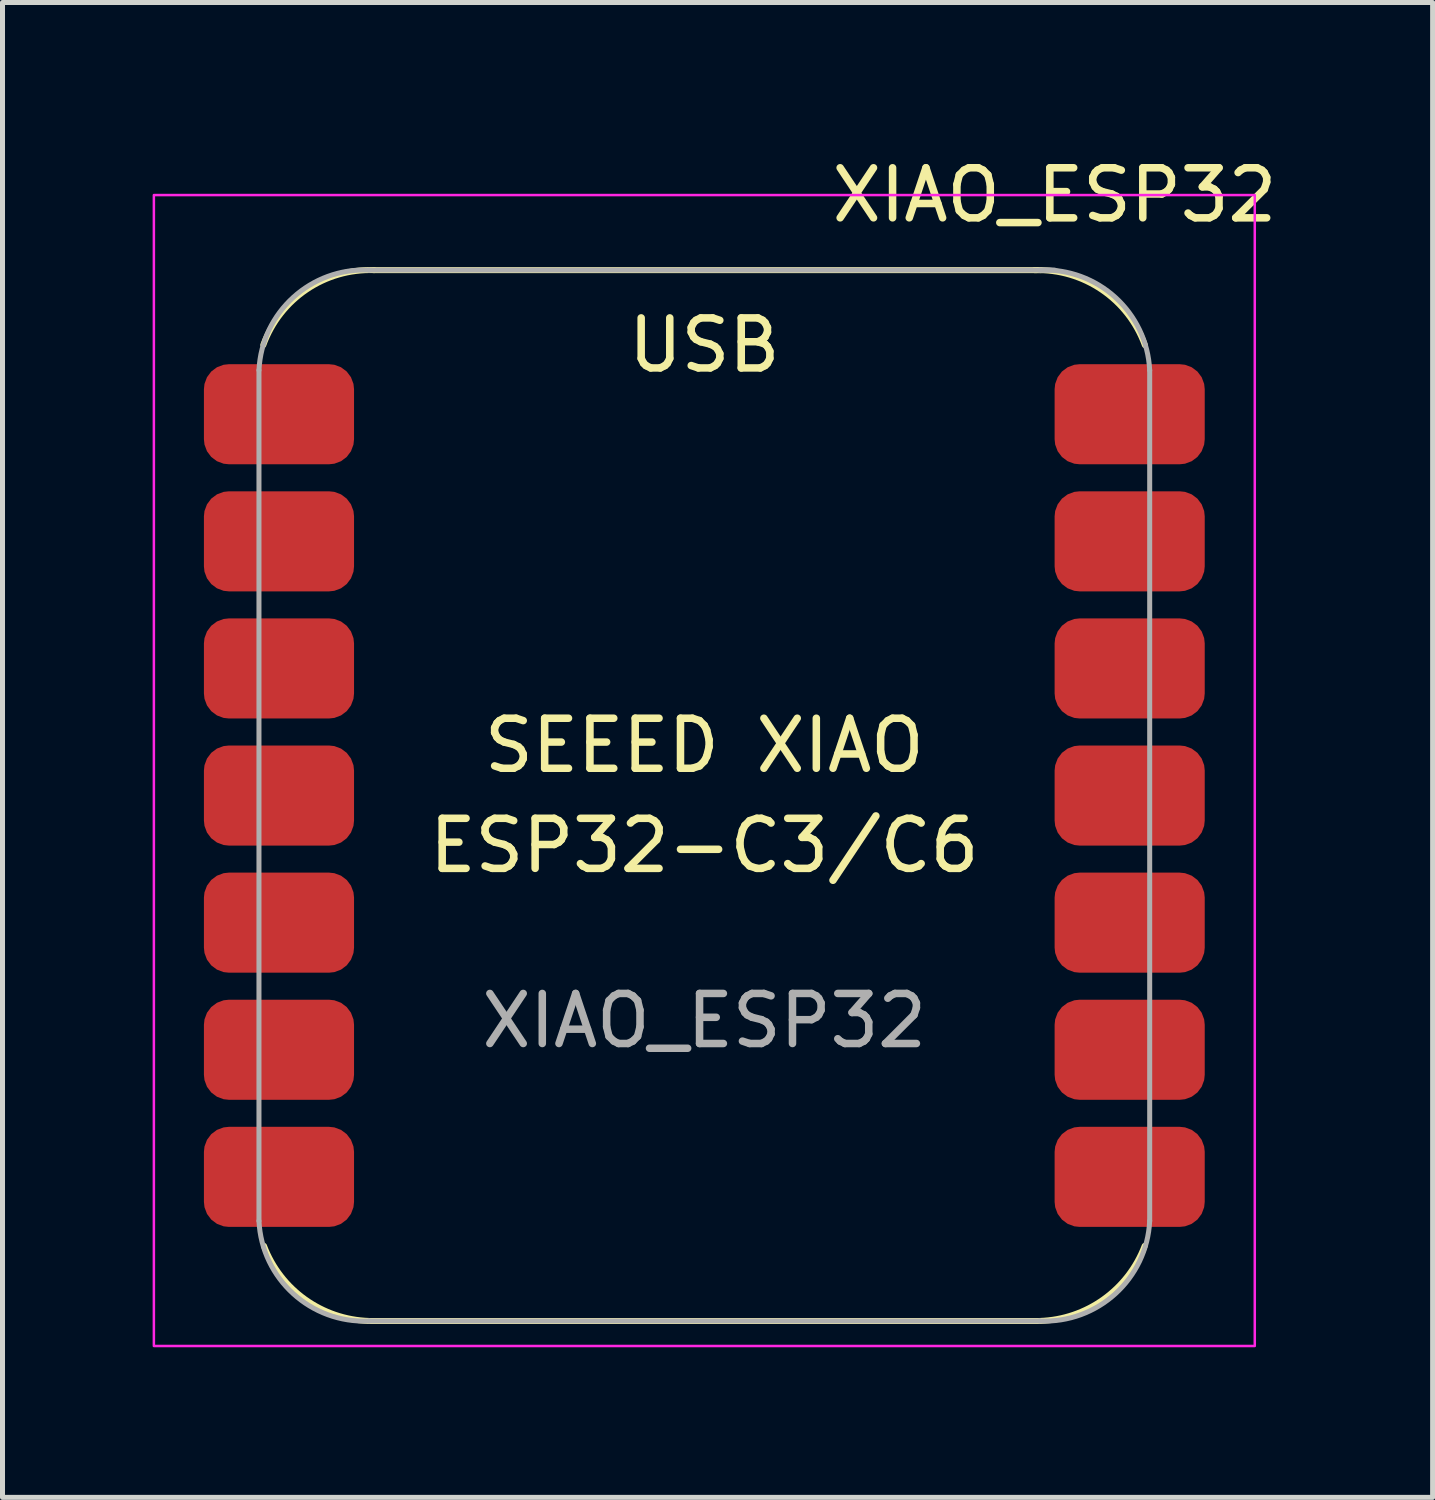
<source format=kicad_pcb>
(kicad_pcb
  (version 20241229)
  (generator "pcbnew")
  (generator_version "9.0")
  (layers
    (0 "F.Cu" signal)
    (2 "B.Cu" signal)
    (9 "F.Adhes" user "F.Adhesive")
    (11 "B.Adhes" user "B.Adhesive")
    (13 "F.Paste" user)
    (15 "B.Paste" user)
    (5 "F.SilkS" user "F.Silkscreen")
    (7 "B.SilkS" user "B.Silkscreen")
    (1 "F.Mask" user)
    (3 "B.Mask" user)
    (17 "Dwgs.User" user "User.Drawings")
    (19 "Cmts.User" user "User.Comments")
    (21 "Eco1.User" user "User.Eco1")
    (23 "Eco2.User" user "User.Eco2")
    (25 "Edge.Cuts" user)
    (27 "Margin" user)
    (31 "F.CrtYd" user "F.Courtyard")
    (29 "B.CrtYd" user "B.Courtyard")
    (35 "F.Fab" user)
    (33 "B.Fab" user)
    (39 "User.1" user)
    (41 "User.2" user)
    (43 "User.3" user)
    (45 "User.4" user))
  (footprint "XIAO_ESP32"
    (layer "F.Cu")
    (at 11.025 12.848)
    (property "Reference" "XIAO_ESP32" (at 7 -12 0) (unlocked yes) (layer "F.SilkS") (effects (font (size 1 1) (thickness 0.15))))
    (attr smd)
    (fp_line (start -6.7 10.5) (end 6.7 10.5) (stroke (width 0.12) (type default)) (layer "F.SilkS"))
    (fp_line (start 6.729 -10.5) (end -6.6 -10.5) (stroke (width 0.12) (type default)) (layer "F.SilkS"))
    (fp_arc (start -8.812892 -9.00468) (mid -7.949609 -10.111769) (end -6.600468 -10.499999) (stroke (width 0.12) (type default)) (layer "F.SilkS"))
    (fp_arc (start -6.7 10.5) (mid -7.977232 10.068125) (end -8.8 9) (stroke (width 0.12) (type default)) (layer "F.SilkS"))
    (fp_arc (start 6.6 -10.499999) (mid 7.944325 -10.107116) (end 8.804034 -9.001464) (stroke (width 0.12) (type default)) (layer "F.SilkS"))
    (fp_arc (start 8.8 9) (mid 7.977232 10.068125) (end 6.7 10.5) (stroke (width 0.12) (type default)) (layer "F.SilkS"))
    (fp_rect (start -11 -12) (end 11 11) (stroke (width 0.05) (type default)) (fill no) (layer "F.CrtYd"))
    (fp_line (start -8.9 8.5) (end -8.9 -8.5) (stroke (width 0.1) (type default)) (layer "F.Fab"))
    (fp_line (start -6.7 -10.5) (end 7 -10.5) (stroke (width 0.1) (type default)) (layer "F.Fab"))
    (fp_line (start 6.7 10.5) (end -6.7 10.5) (stroke (width 0.1) (type default)) (layer "F.Fab"))
    (fp_line (start 8.9 -8.5) (end 8.9 8.5) (stroke (width 0.1) (type default)) (layer "F.Fab"))
    (fp_arc (start -8.9 -8.5) (mid -8.214214 -9.955635) (end -6.7 -10.5) (stroke (width 0.1) (type default)) (layer "F.Fab"))
    (fp_arc (start -6.7 10.5) (mid -8.214214 9.955635) (end -8.9 8.5) (stroke (width 0.1) (type default)) (layer "F.Fab"))
    (fp_arc (start 6.7 -10.499999) (mid 8.214695 -9.954472) (end 8.9 -8.497676) (stroke (width 0.1) (type default)) (layer "F.Fab"))
    (fp_arc (start 8.9 8.5) (mid 8.214214 9.955635) (end 6.7 10.5) (stroke (width 0.1) (type default)) (layer "F.Fab"))
    (fp_text user "ESP32-C3/C6" (at 0 1 0) (unlocked yes) (layer "F.SilkS") (effects (font (size 1 1) (thickness 0.15))))
    (fp_text user "USB" (at 0 -9 0) (unlocked yes) (layer "F.SilkS") (effects (font (size 1 1) (thickness 0.15))))
    (fp_text user "SEEED XIAO" (at 0 -1 0) (unlocked yes) (layer "F.SilkS") (effects (font (size 1 1) (thickness 0.15))))
    (fp_text user "${REFERENCE}" (at 0 4.5 0) (unlocked yes) (layer "F.Fab") (effects (font (size 1 1) (thickness 0.15))))
    (pad "1" smd roundrect (at -8.5 -7.62) (size 3 2) (layers "F.Cu" "F.Mask") (roundrect_rratio 0.25))
    (pad "2" smd roundrect (at -8.5 -5.08) (size 3 2) (layers "F.Cu" "F.Mask") (roundrect_rratio 0.25))
    (pad "3" smd roundrect (at -8.5 -2.54) (size 3 2) (layers "F.Cu" "F.Mask") (roundrect_rratio 0.25))
    (pad "4" smd roundrect (at -8.5 0) (size 3 2) (layers "F.Cu" "F.Mask") (roundrect_rratio 0.25))
    (pad "5" smd roundrect (at -8.5 2.54) (size 3 2) (layers "F.Cu" "F.Mask") (roundrect_rratio 0.25))
    (pad "6" smd roundrect (at -8.5 5.08) (size 3 2) (layers "F.Cu" "F.Mask") (roundrect_rratio 0.25))
    (pad "7" smd roundrect (at -8.5 7.62) (size 3 2) (layers "F.Cu" "F.Mask") (roundrect_rratio 0.25))
    (pad "8" smd roundrect (at 8.5 7.62) (size 3 2) (layers "F.Cu" "F.Mask") (roundrect_rratio 0.25))
    (pad "9" smd roundrect (at 8.5 5.08) (size 3 2) (layers "F.Cu" "F.Mask") (roundrect_rratio 0.25))
    (pad "10" smd roundrect (at 8.5 2.54) (size 3 2) (layers "F.Cu" "F.Mask") (roundrect_rratio 0.25))
    (pad "11" smd roundrect (at 8.5 0) (size 3 2) (layers "F.Cu" "F.Mask") (roundrect_rratio 0.25))
    (pad "12" smd roundrect (at 8.5 -2.54) (size 3 2) (layers "F.Cu" "F.Mask") (roundrect_rratio 0.25))
    (pad "13" smd roundrect (at 8.5 -5.08) (size 3 2) (layers "F.Cu" "F.Mask") (roundrect_rratio 0.25))
    (pad "14" smd roundrect (at 8.5 -7.62) (size 3 2) (layers "F.Cu" "F.Mask") (roundrect_rratio 0.25))
    (zone (net_name "") (layers "F.Cu" "B.Cu") (hatch edge 0.5) (connect_pads) (min_thickness 0.25) (filled_areas_thickness no) (keepout (tracks allowed) (vias not_allowed) (pads not_allowed) (copperpour allowed) (footprints allowed)) (placement (enabled no)) (fill) (polygon (pts (xy 5.375 9.898) (xy 7.675 9.898) (xy 7.675 13.098) (xy 5.375 13.098))))
    (zone (net_name "") (layers "F.Cu" "B.Cu") (hatch edge 0.5) (connect_pads) (min_thickness 0.25) (filled_areas_thickness no) (keepout (tracks allowed) (vias not_allowed) (pads allowed) (copperpour allowed) (footprints allowed)) (placement (enabled no)) (fill) (polygon (pts (xy 9.025 3.348) (xy 13.025 3.348) (xy 13.025 10.348) (xy 9.025 10.348))))
    (zone (net_name "") (layers "F.Cu" "B.Cu") (hatch edge 0.5) (connect_pads) (min_thickness 0.25) (filled_areas_thickness no) (keepout (tracks allowed) (vias not_allowed) (pads allowed) (copperpour allowed) (footprints allowed)) (placement (enabled no)) (fill) (polygon (pts (xy 11.375 11.698) (xy 14.875 11.698) (xy 14.875 15.198) (xy 11.375 15.198)))))
  (gr_rect
    (start -3 -3)
    (end 25.579 26.873)
    (stroke (width 0.1) (type default))
    (fill no)
    (layer "Edge.Cuts")))
</source>
